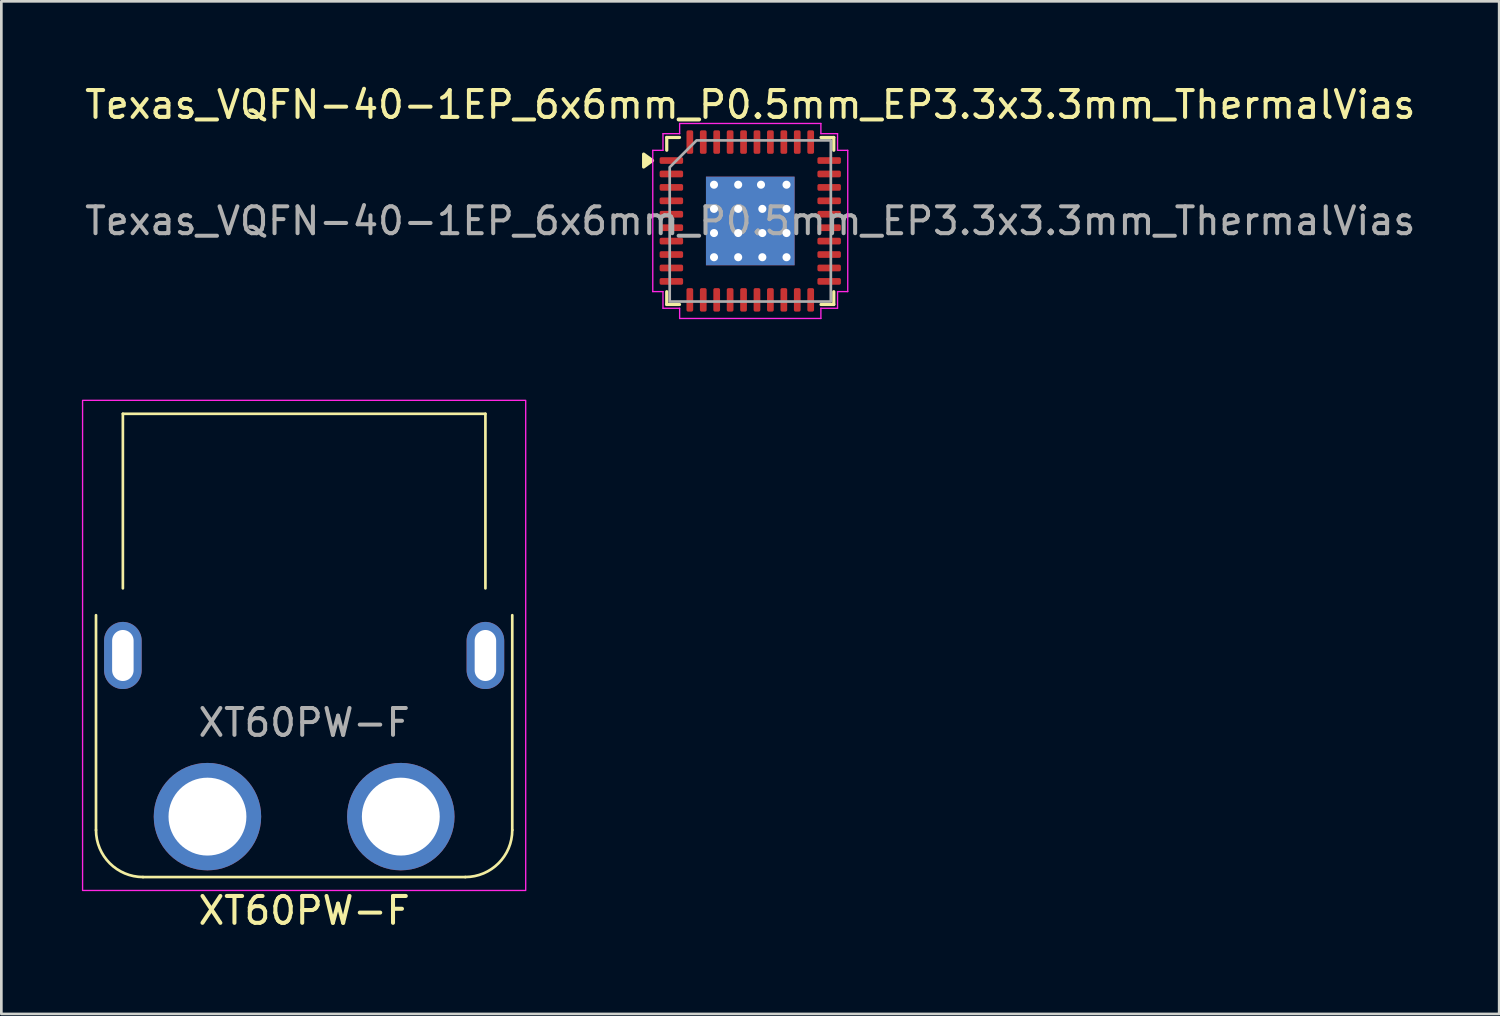
<source format=kicad_pcb>
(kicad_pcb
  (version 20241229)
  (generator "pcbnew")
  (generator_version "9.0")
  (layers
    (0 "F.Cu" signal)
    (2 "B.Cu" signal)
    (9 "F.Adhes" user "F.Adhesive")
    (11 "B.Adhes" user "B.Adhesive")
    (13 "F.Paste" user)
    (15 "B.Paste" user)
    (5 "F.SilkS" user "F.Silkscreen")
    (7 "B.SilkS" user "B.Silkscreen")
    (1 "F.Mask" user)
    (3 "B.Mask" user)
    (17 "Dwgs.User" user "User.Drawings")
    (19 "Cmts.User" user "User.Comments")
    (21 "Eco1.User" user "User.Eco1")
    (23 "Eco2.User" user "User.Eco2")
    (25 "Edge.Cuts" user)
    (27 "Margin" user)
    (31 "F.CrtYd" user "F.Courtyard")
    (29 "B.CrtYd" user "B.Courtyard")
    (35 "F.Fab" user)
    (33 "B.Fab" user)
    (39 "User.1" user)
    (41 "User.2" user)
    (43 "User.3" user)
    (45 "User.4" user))
  (footprint "Texas_VQFN-40-1EP_6x6mm_P0.5mm_EP3.3x3.3mm_ThermalVias"
    (layer "F.Cu")
    (at 24.887 5.178)
    (property "Reference" "Texas_VQFN-40-1EP_6x6mm_P0.5mm_EP3.3x3.3mm_ThermalVias" (at 0 -4.33 0) (layer "F.SilkS") (effects (font (size 1 1) (thickness 0.15))))
    (attr smd)
    (fp_line (start -3.11 -3.11) (end -2.635 -3.11) (stroke (width 0.12) (type solid)) (layer "F.SilkS"))
    (fp_line (start -3.11 -2.635) (end -3.11 -3.11) (stroke (width 0.12) (type solid)) (layer "F.SilkS"))
    (fp_line (start -3.11 3.11) (end -3.11 2.635) (stroke (width 0.12) (type solid)) (layer "F.SilkS"))
    (fp_line (start -2.635 3.11) (end -3.11 3.11) (stroke (width 0.12) (type solid)) (layer "F.SilkS"))
    (fp_line (start 2.635 -3.11) (end 3.11 -3.11) (stroke (width 0.12) (type solid)) (layer "F.SilkS"))
    (fp_line (start 3.11 -3.11) (end 3.11 -2.635) (stroke (width 0.12) (type solid)) (layer "F.SilkS"))
    (fp_line (start 3.11 2.635) (end 3.11 3.11) (stroke (width 0.12) (type solid)) (layer "F.SilkS"))
    (fp_line (start 3.11 3.11) (end 2.635 3.11) (stroke (width 0.12) (type solid)) (layer "F.SilkS"))
    (fp_poly (pts (xy -3.64 -2.25) (xy -3.97 -2.01) (xy -3.97 -2.49)) (stroke (width 0.12) (type solid)) (fill yes) (layer "F.SilkS"))
    (fp_line (start -3.63 -2.63) (end -3.25 -2.63) (stroke (width 0.05) (type solid)) (layer "F.CrtYd"))
    (fp_line (start -3.63 2.63) (end -3.63 -2.63) (stroke (width 0.05) (type solid)) (layer "F.CrtYd"))
    (fp_line (start -3.25 -3.25) (end -2.63 -3.25) (stroke (width 0.05) (type solid)) (layer "F.CrtYd"))
    (fp_line (start -3.25 -2.63) (end -3.25 -3.25) (stroke (width 0.05) (type solid)) (layer "F.CrtYd"))
    (fp_line (start -3.25 2.63) (end -3.63 2.63) (stroke (width 0.05) (type solid)) (layer "F.CrtYd"))
    (fp_line (start -3.25 3.25) (end -3.25 2.63) (stroke (width 0.05) (type solid)) (layer "F.CrtYd"))
    (fp_line (start -2.63 -3.63) (end 2.63 -3.63) (stroke (width 0.05) (type solid)) (layer "F.CrtYd"))
    (fp_line (start -2.63 -3.25) (end -2.63 -3.63) (stroke (width 0.05) (type solid)) (layer "F.CrtYd"))
    (fp_line (start -2.63 3.25) (end -3.25 3.25) (stroke (width 0.05) (type solid)) (layer "F.CrtYd"))
    (fp_line (start -2.63 3.63) (end -2.63 3.25) (stroke (width 0.05) (type solid)) (layer "F.CrtYd"))
    (fp_line (start 2.63 -3.63) (end 2.63 -3.25) (stroke (width 0.05) (type solid)) (layer "F.CrtYd"))
    (fp_line (start 2.63 -3.25) (end 3.25 -3.25) (stroke (width 0.05) (type solid)) (layer "F.CrtYd"))
    (fp_line (start 2.63 3.25) (end 2.63 3.63) (stroke (width 0.05) (type solid)) (layer "F.CrtYd"))
    (fp_line (start 2.63 3.63) (end -2.63 3.63) (stroke (width 0.05) (type solid)) (layer "F.CrtYd"))
    (fp_line (start 3.25 -3.25) (end 3.25 -2.63) (stroke (width 0.05) (type solid)) (layer "F.CrtYd"))
    (fp_line (start 3.25 -2.63) (end 3.63 -2.63) (stroke (width 0.05) (type solid)) (layer "F.CrtYd"))
    (fp_line (start 3.25 2.63) (end 3.25 3.25) (stroke (width 0.05) (type solid)) (layer "F.CrtYd"))
    (fp_line (start 3.25 3.25) (end 2.63 3.25) (stroke (width 0.05) (type solid)) (layer "F.CrtYd"))
    (fp_line (start 3.63 -2.63) (end 3.63 2.63) (stroke (width 0.05) (type solid)) (layer "F.CrtYd"))
    (fp_line (start 3.63 2.63) (end 3.25 2.63) (stroke (width 0.05) (type solid)) (layer "F.CrtYd"))
    (fp_poly (pts (xy -2 -3) (xy 3 -3) (xy 3 3) (xy -3 3) (xy -3 -2)) (stroke (width 0.1) (type solid)) (fill no) (layer "F.Fab"))
    (fp_text user "${REFERENCE}" (at 0 0 0) (layer "F.Fab") (effects (font (size 1 1) (thickness 0.15))))
    (pad "1" smd roundrect (at -2.938 -2.25) (size 0.875 0.25) (layers "F.Cu" "F.Mask" "F.Paste") (roundrect_rratio 0.25))
    (pad "2" smd roundrect (at -2.938 -1.75) (size 0.875 0.25) (layers "F.Cu" "F.Mask" "F.Paste") (roundrect_rratio 0.25))
    (pad "3" smd roundrect (at -2.938 -1.25) (size 0.875 0.25) (layers "F.Cu" "F.Mask" "F.Paste") (roundrect_rratio 0.25))
    (pad "4" smd roundrect (at -2.938 -0.75) (size 0.875 0.25) (layers "F.Cu" "F.Mask" "F.Paste") (roundrect_rratio 0.25))
    (pad "5" smd roundrect (at -2.938 -0.25) (size 0.875 0.25) (layers "F.Cu" "F.Mask" "F.Paste") (roundrect_rratio 0.25))
    (pad "6" smd roundrect (at -2.938 0.25) (size 0.875 0.25) (layers "F.Cu" "F.Mask" "F.Paste") (roundrect_rratio 0.25))
    (pad "7" smd roundrect (at -2.938 0.75) (size 0.875 0.25) (layers "F.Cu" "F.Mask" "F.Paste") (roundrect_rratio 0.25))
    (pad "8" smd roundrect (at -2.938 1.25) (size 0.875 0.25) (layers "F.Cu" "F.Mask" "F.Paste") (roundrect_rratio 0.25))
    (pad "9" smd roundrect (at -2.938 1.75) (size 0.875 0.25) (layers "F.Cu" "F.Mask" "F.Paste") (roundrect_rratio 0.25))
    (pad "10" smd roundrect (at -2.938 2.25) (size 0.875 0.25) (layers "F.Cu" "F.Mask" "F.Paste") (roundrect_rratio 0.25))
    (pad "11" smd roundrect (at -2.25 2.938) (size 0.25 0.875) (layers "F.Cu" "F.Mask" "F.Paste") (roundrect_rratio 0.25))
    (pad "12" smd roundrect (at -1.75 2.938) (size 0.25 0.875) (layers "F.Cu" "F.Mask" "F.Paste") (roundrect_rratio 0.25))
    (pad "13" smd roundrect (at -1.25 2.938) (size 0.25 0.875) (layers "F.Cu" "F.Mask" "F.Paste") (roundrect_rratio 0.25))
    (pad "14" smd roundrect (at -0.75 2.938) (size 0.25 0.875) (layers "F.Cu" "F.Mask" "F.Paste") (roundrect_rratio 0.25))
    (pad "15" smd roundrect (at -0.25 2.938) (size 0.25 0.875) (layers "F.Cu" "F.Mask" "F.Paste") (roundrect_rratio 0.25))
    (pad "16" smd roundrect (at 0.25 2.938) (size 0.25 0.875) (layers "F.Cu" "F.Mask" "F.Paste") (roundrect_rratio 0.25))
    (pad "17" smd roundrect (at 0.75 2.938) (size 0.25 0.875) (layers "F.Cu" "F.Mask" "F.Paste") (roundrect_rratio 0.25))
    (pad "18" smd roundrect (at 1.25 2.938) (size 0.25 0.875) (layers "F.Cu" "F.Mask" "F.Paste") (roundrect_rratio 0.25))
    (pad "19" smd roundrect (at 1.75 2.938) (size 0.25 0.875) (layers "F.Cu" "F.Mask" "F.Paste") (roundrect_rratio 0.25))
    (pad "20" smd roundrect (at 2.25 2.938) (size 0.25 0.875) (layers "F.Cu" "F.Mask" "F.Paste") (roundrect_rratio 0.25))
    (pad "21" smd roundrect (at 2.938 2.25) (size 0.875 0.25) (layers "F.Cu" "F.Mask" "F.Paste") (roundrect_rratio 0.25))
    (pad "22" smd roundrect (at 2.938 1.75) (size 0.875 0.25) (layers "F.Cu" "F.Mask" "F.Paste") (roundrect_rratio 0.25))
    (pad "23" smd roundrect (at 2.938 1.25) (size 0.875 0.25) (layers "F.Cu" "F.Mask" "F.Paste") (roundrect_rratio 0.25))
    (pad "24" smd roundrect (at 2.938 0.75) (size 0.875 0.25) (layers "F.Cu" "F.Mask" "F.Paste") (roundrect_rratio 0.25))
    (pad "25" smd roundrect (at 2.938 0.25) (size 0.875 0.25) (layers "F.Cu" "F.Mask" "F.Paste") (roundrect_rratio 0.25))
    (pad "26" smd roundrect (at 2.938 -0.25) (size 0.875 0.25) (layers "F.Cu" "F.Mask" "F.Paste") (roundrect_rratio 0.25))
    (pad "27" smd roundrect (at 2.938 -0.75) (size 0.875 0.25) (layers "F.Cu" "F.Mask" "F.Paste") (roundrect_rratio 0.25))
    (pad "28" smd roundrect (at 2.938 -1.25) (size 0.875 0.25) (layers "F.Cu" "F.Mask" "F.Paste") (roundrect_rratio 0.25))
    (pad "29" smd roundrect (at 2.938 -1.75) (size 0.875 0.25) (layers "F.Cu" "F.Mask" "F.Paste") (roundrect_rratio 0.25))
    (pad "30" smd roundrect (at 2.938 -2.25) (size 0.875 0.25) (layers "F.Cu" "F.Mask" "F.Paste") (roundrect_rratio 0.25))
    (pad "31" smd roundrect (at 2.25 -2.938) (size 0.25 0.875) (layers "F.Cu" "F.Mask" "F.Paste") (roundrect_rratio 0.25))
    (pad "32" smd roundrect (at 1.75 -2.938) (size 0.25 0.875) (layers "F.Cu" "F.Mask" "F.Paste") (roundrect_rratio 0.25))
    (pad "33" smd roundrect (at 1.25 -2.938) (size 0.25 0.875) (layers "F.Cu" "F.Mask" "F.Paste") (roundrect_rratio 0.25))
    (pad "34" smd roundrect (at 0.75 -2.938) (size 0.25 0.875) (layers "F.Cu" "F.Mask" "F.Paste") (roundrect_rratio 0.25))
    (pad "35" smd roundrect (at 0.25 -2.938) (size 0.25 0.875) (layers "F.Cu" "F.Mask" "F.Paste") (roundrect_rratio 0.25))
    (pad "36" smd roundrect (at -0.25 -2.938) (size 0.25 0.875) (layers "F.Cu" "F.Mask" "F.Paste") (roundrect_rratio 0.25))
    (pad "37" smd roundrect (at -0.75 -2.938) (size 0.25 0.875) (layers "F.Cu" "F.Mask" "F.Paste") (roundrect_rratio 0.25))
    (pad "38" smd roundrect (at -1.25 -2.938) (size 0.25 0.875) (layers "F.Cu" "F.Mask" "F.Paste") (roundrect_rratio 0.25))
    (pad "39" smd roundrect (at -1.75 -2.938) (size 0.25 0.875) (layers "F.Cu" "F.Mask" "F.Paste") (roundrect_rratio 0.25))
    (pad "40" smd roundrect (at -2.25 -2.938) (size 0.25 0.875) (layers "F.Cu" "F.Mask" "F.Paste") (roundrect_rratio 0.25))
    (pad "41" thru_hole circle (at -1.35 -1.35) (size 0.5 0.5) (drill 0.3) (property pad_prop_heatsink) (layers "*.Cu"))
    (pad "41" thru_hole circle (at -1.35 -0.45) (size 0.5 0.5) (drill 0.3) (property pad_prop_heatsink) (layers "*.Cu"))
    (pad "41" thru_hole circle (at -1.35 0.45) (size 0.5 0.5) (drill 0.3) (property pad_prop_heatsink) (layers "*.Cu"))
    (pad "41" thru_hole circle (at -1.35 1.35) (size 0.5 0.5) (drill 0.3) (property pad_prop_heatsink) (layers "*.Cu"))
    (pad "41" thru_hole circle (at -0.45 -1.35 90) (size 0.5 0.5) (drill 0.3) (property pad_prop_heatsink) (layers "*.Cu"))
    (pad "41" thru_hole circle (at -0.45 -0.45) (size 0.5 0.5) (drill 0.3) (property pad_prop_heatsink) (layers "*.Cu"))
    (pad "41" thru_hole circle (at -0.45 0.45) (size 0.5 0.5) (drill 0.3) (property pad_prop_heatsink) (layers "*.Cu"))
    (pad "41" thru_hole circle (at -0.45 1.35) (size 0.5 0.5) (drill 0.3) (property pad_prop_heatsink) (layers "*.Cu"))
    (pad "41" smd rect (at 0 0) (size 3.3 3.3) (property pad_prop_heatsink) (layers "F.Cu" "F.Mask" "F.Paste"))
    (pad "41" smd rect (at 0 0) (size 3.3 3.3) (property pad_prop_heatsink) (layers "B.Cu"))
    (pad "41" thru_hole circle (at 0.4 -1.35) (size 0.5 0.5) (drill 0.3) (property pad_prop_heatsink) (layers "*.Cu"))
    (pad "41" thru_hole circle (at 0.45 -0.45) (size 0.5 0.5) (drill 0.3) (property pad_prop_heatsink) (layers "*.Cu"))
    (pad "41" thru_hole circle (at 0.45 0.45) (size 0.5 0.5) (drill 0.3) (property pad_prop_heatsink) (layers "*.Cu"))
    (pad "41" thru_hole circle (at 0.45 1.35) (size 0.5 0.5) (drill 0.3) (property pad_prop_heatsink) (layers "*.Cu"))
    (pad "41" thru_hole circle (at 1.35 -1.35) (size 0.5 0.5) (drill 0.3) (property pad_prop_heatsink) (layers "*.Cu"))
    (pad "41" thru_hole circle (at 1.35 -0.45) (size 0.5 0.5) (drill 0.3) (property pad_prop_heatsink) (layers "*.Cu"))
    (pad "41" thru_hole circle (at 1.35 0.45) (size 0.5 0.5) (drill 0.3) (property pad_prop_heatsink) (layers "*.Cu"))
    (pad "41" thru_hole circle (at 1.35 1.35) (size 0.5 0.5) (drill 0.3) (property pad_prop_heatsink) (layers "*.Cu")))
  (footprint "XT60PW-F"
    (layer "F.Cu")
    (at 8.275 21.358)
    (property "Reference" "XT60PW-F" (at 0 9.5 0) (unlocked yes) (layer "F.SilkS") (effects (font (size 1 1) (thickness 0.15))))
    (attr smd)
    (fp_line (start -7.75 -1.5) (end -7.75 6.5) (stroke (width 0.1) (type solid)) (layer "F.SilkS"))
    (fp_line (start -6.75 -2.5) (end -6.75 -9) (stroke (width 0.1) (type default)) (layer "F.SilkS"))
    (fp_line (start -6 8.25) (end 6 8.25) (stroke (width 0.1) (type solid)) (layer "F.SilkS"))
    (fp_line (start 6.75 -9) (end -6.75 -9) (stroke (width 0.1) (type default)) (layer "F.SilkS"))
    (fp_line (start 6.75 -2.5) (end 6.75 -9) (stroke (width 0.1) (type default)) (layer "F.SilkS"))
    (fp_line (start 7.75 -1.5) (end 7.75 6.5) (stroke (width 0.1) (type solid)) (layer "F.SilkS"))
    (fp_arc (start -6 8.25) (mid -7.237437 7.737437) (end -7.75 6.5) (stroke (width 0.1) (type default)) (layer "F.SilkS"))
    (fp_arc (start 7.75 6.5) (mid 7.237437 7.737437) (end 6 8.25) (stroke (width 0.1) (type default)) (layer "F.SilkS"))
    (fp_rect (start -8.25 -9.5) (end 8.25 8.75) (stroke (width 0.05) (type default)) (fill no) (layer "F.CrtYd"))
    (fp_text user "${REFERENCE}" (at 0 2.5 0) (unlocked yes) (layer "F.Fab") (effects (font (size 1 1) (thickness 0.15))))
    (pad "" thru_hole oval (at -6.75 0) (size 1.4 2.5) (drill oval 0.8 1.9) (layers "*.Cu" "*.Mask"))
    (pad "" thru_hole oval (at 6.75 0) (size 1.4 2.5) (drill oval 0.8 1.9) (layers "*.Cu" "*.Mask"))
    (pad "1" thru_hole circle (at 3.6 6) (size 4 4) (drill 2.9) (layers "*.Cu" "*.Mask"))
    (pad "2" thru_hole circle (at -3.6 6) (size 4 4) (drill 2.9) (layers "*.Cu" "*.Mask")))
  (gr_rect
    (start -3 -3)
    (end 52.774 34.706)
    (stroke (width 0.1) (type default))
    (fill no)
    (layer "Edge.Cuts")))
</source>
